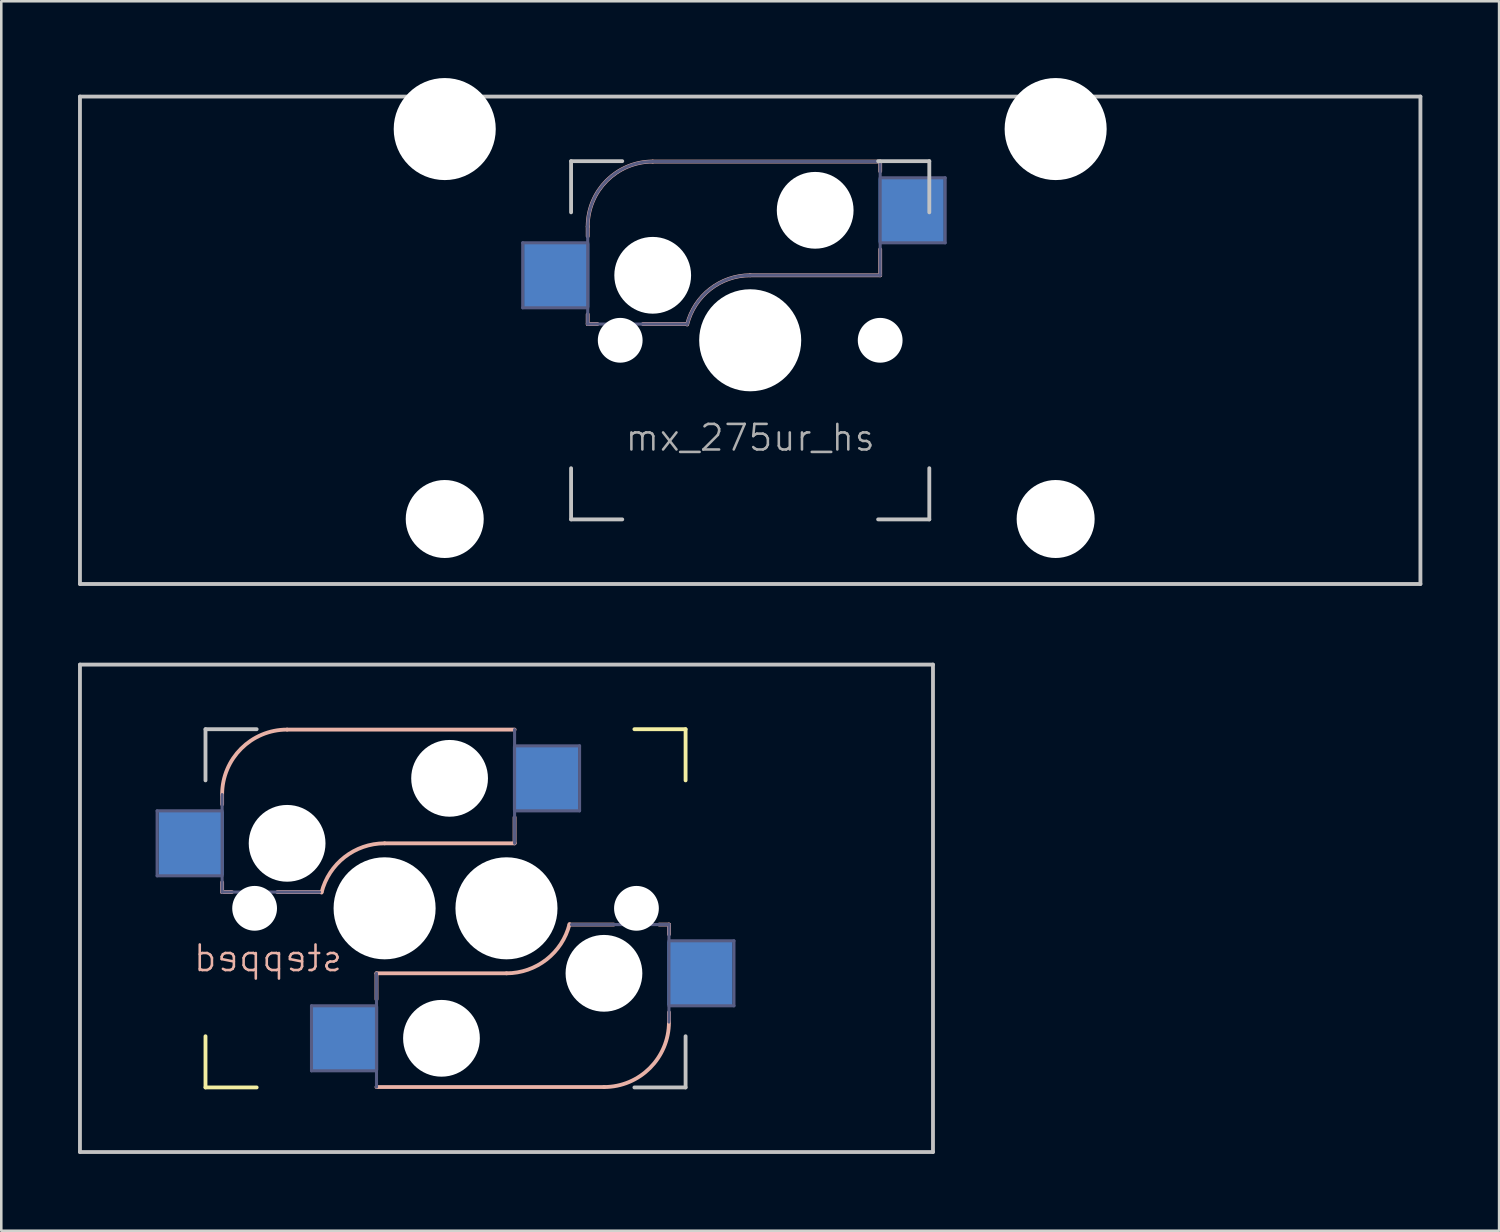
<source format=kicad_pcb>
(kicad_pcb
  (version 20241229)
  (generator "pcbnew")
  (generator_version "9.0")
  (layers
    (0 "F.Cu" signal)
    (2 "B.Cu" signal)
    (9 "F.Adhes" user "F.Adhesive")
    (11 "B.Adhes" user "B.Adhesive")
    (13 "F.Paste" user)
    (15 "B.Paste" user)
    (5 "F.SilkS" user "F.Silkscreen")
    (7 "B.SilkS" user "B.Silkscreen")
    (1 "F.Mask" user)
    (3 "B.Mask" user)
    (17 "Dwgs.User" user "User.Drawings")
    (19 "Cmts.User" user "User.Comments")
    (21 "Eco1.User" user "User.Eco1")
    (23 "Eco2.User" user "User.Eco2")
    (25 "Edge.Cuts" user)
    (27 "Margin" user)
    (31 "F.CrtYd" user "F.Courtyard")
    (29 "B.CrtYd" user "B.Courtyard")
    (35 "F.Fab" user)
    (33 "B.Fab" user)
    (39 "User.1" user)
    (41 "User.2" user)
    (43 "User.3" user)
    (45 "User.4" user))
  (footprint "mx_275ur_hs"
    (layer "F.Cu")
    (at 26.269 10.249)
    (property "Reference" "mx_275ur_hs" (at 0 3.81 0) (unlocked yes) (layer "F.Fab") (effects (font (size 1 1) (thickness 0.1))))
    (attr smd)
    (fp_line (start -6.35 -4.445) (end -6.35 -4.064) (stroke (width 0.15) (type solid)) (layer "B.SilkS"))
    (fp_line (start -6.35 -1.016) (end -6.35 -0.635) (stroke (width 0.15) (type solid)) (layer "B.SilkS"))
    (fp_line (start -5.969 -0.635) (end -6.35 -0.635) (stroke (width 0.15) (type solid)) (layer "B.SilkS"))
    (fp_line (start -3.81 -6.985) (end 5.08 -6.985) (stroke (width 0.15) (type solid)) (layer "B.SilkS"))
    (fp_line (start -2.464 -0.635) (end -4.191 -0.635) (stroke (width 0.15) (type solid)) (layer "B.SilkS"))
    (fp_line (start 5.08 -6.985) (end 5.08 -6.604) (stroke (width 0.15) (type solid)) (layer "B.SilkS"))
    (fp_line (start 5.08 -3.556) (end 5.08 -2.54) (stroke (width 0.15) (type solid)) (layer "B.SilkS"))
    (fp_line (start 5.08 -2.54) (end 0 -2.54) (stroke (width 0.15) (type solid)) (layer "B.SilkS"))
    (fp_arc (start -6.35 -4.444999) (mid -5.606051 -6.24105) (end -3.81 -6.984999) (stroke (width 0.15) (type solid)) (layer "B.SilkS"))
    (fp_arc (start -2.464162 -0.616039) (mid -1.563147 -2.002041) (end 0 -2.539999) (stroke (width 0.15) (type solid)) (layer "B.SilkS"))
    (fp_line (start -26.194 -9.525) (end 26.194 -9.525) (stroke (width 0.15) (type solid)) (layer "Dwgs.User"))
    (fp_line (start -26.194 9.525) (end -26.194 -9.525) (stroke (width 0.15) (type solid)) (layer "Dwgs.User"))
    (fp_line (start -26.194 9.525) (end 26.194 9.525) (stroke (width 0.15) (type solid)) (layer "Dwgs.User"))
    (fp_line (start -7 -7) (end -7 -5) (stroke (width 0.15) (type solid)) (layer "Dwgs.User"))
    (fp_line (start -7 5) (end -7 7) (stroke (width 0.15) (type solid)) (layer "Dwgs.User"))
    (fp_line (start -7 7) (end -5 7) (stroke (width 0.15) (type solid)) (layer "Dwgs.User"))
    (fp_line (start -5 -7) (end -7 -7) (stroke (width 0.15) (type solid)) (layer "Dwgs.User"))
    (fp_line (start 5 -7) (end 7 -7) (stroke (width 0.15) (type solid)) (layer "Dwgs.User"))
    (fp_line (start 5 7) (end 7 7) (stroke (width 0.15) (type solid)) (layer "Dwgs.User"))
    (fp_line (start 7 -7) (end 7 -5) (stroke (width 0.15) (type solid)) (layer "Dwgs.User"))
    (fp_line (start 7 7) (end 7 5) (stroke (width 0.15) (type solid)) (layer "Dwgs.User"))
    (fp_line (start 26.194 -9.525) (end 26.194 9.525) (stroke (width 0.15) (type solid)) (layer "Dwgs.User"))
    (fp_line (start -8.89 -3.81) (end -6.35 -3.81) (stroke (width 0.12) (type solid)) (layer "B.Fab"))
    (fp_line (start -8.89 -1.27) (end -8.89 -3.81) (stroke (width 0.12) (type solid)) (layer "B.Fab"))
    (fp_line (start -6.35 -1.27) (end -8.89 -1.27) (stroke (width 0.12) (type solid)) (layer "B.Fab"))
    (fp_line (start -6.35 -0.635) (end -6.35 -4.445) (stroke (width 0.12) (type solid)) (layer "B.Fab"))
    (fp_line (start -6.35 -0.635) (end -2.54 -0.635) (stroke (width 0.12) (type solid)) (layer "B.Fab"))
    (fp_line (start -3.81 -6.985) (end 5.08 -6.985) (stroke (width 0.12) (type solid)) (layer "B.Fab"))
    (fp_line (start 5.08 -6.985) (end 5.08 -2.54) (stroke (width 0.12) (type solid)) (layer "B.Fab"))
    (fp_line (start 5.08 -6.35) (end 7.62 -6.35) (stroke (width 0.12) (type solid)) (layer "B.Fab"))
    (fp_line (start 5.08 -2.54) (end 0 -2.54) (stroke (width 0.12) (type solid)) (layer "B.Fab"))
    (fp_line (start 7.62 -6.35) (end 7.62 -3.81) (stroke (width 0.12) (type solid)) (layer "B.Fab"))
    (fp_line (start 7.62 -3.81) (end 5.08 -3.81) (stroke (width 0.12) (type solid)) (layer "B.Fab"))
    (fp_arc (start -6.35 -4.444999) (mid -5.606051 -6.24105) (end -3.81 -6.984999) (stroke (width 0.12) (type solid)) (layer "B.Fab"))
    (fp_arc (start -2.464162 -0.616039) (mid -1.563147 -2.002041) (end 0 -2.539999) (stroke (width 0.12) (type solid)) (layer "B.Fab"))
    (pad "" np_thru_hole circle (at -11.938 -8.255) (size 3.988 3.988) (drill 3.988) (layers "*.Cu" "*.Mask"))
    (pad "" np_thru_hole circle (at -11.938 6.985) (size 3.048 3.048) (drill 3.048) (layers "*.Cu" "*.Mask"))
    (pad "" np_thru_hole circle (at -5.08 0 48.1) (size 1.75 1.75) (drill 1.75) (layers "*.Cu" "*.Mask"))
    (pad "" np_thru_hole circle (at -3.81 -2.54) (size 3 3) (drill 3) (layers "*.Cu" "*.Mask"))
    (pad "" np_thru_hole circle (at 0 0) (size 3.988 3.988) (drill 3.988) (layers "*.Cu" "*.Mask"))
    (pad "" np_thru_hole circle (at 2.54 -5.08) (size 3 3) (drill 3) (layers "*.Cu" "*.Mask"))
    (pad "" np_thru_hole circle (at 5.08 0 48.1) (size 1.75 1.75) (drill 1.75) (layers "*.Cu" "*.Mask"))
    (pad "" np_thru_hole circle (at 11.938 -8.255) (size 3.988 3.988) (drill 3.988) (layers "*.Cu" "*.Mask"))
    (pad "" np_thru_hole circle (at 11.938 6.985) (size 3.048 3.048) (drill 3.048) (layers "*.Cu" "*.Mask"))
    (pad "1" smd rect (at -7.56 -2.54) (size 2.55 2.5) (layers "B.Cu" "B.Mask" "B.Paste"))
    (pad "2" smd rect (at 6.29 -5.08) (size 2.55 2.5) (layers "B.Cu" "B.Mask" "B.Paste")))
  (footprint "mx_caps_hs"
    (layer "F.Cu")
    (at 16.744 32.449)
    (property "Reference" "mx_caps_hs" (at 0 0 0) (unlocked yes) (layer "User.1") (effects (font (size 1 1) (thickness 0.1))))
    (attr smd)
    (fp_line (start -11.763 5) (end -11.763 7) (stroke (width 0.15) (type solid)) (layer "F.SilkS"))
    (fp_line (start -11.763 7) (end -9.763 7) (stroke (width 0.15) (type solid)) (layer "F.SilkS"))
    (fp_line (start 5 -7) (end 7 -7) (stroke (width 0.15) (type solid)) (layer "F.SilkS"))
    (fp_line (start 7 -7) (end 7 -5) (stroke (width 0.15) (type solid)) (layer "F.SilkS"))
    (fp_line (start -11.113 -4.445) (end -11.113 -4.064) (stroke (width 0.15) (type solid)) (layer "B.SilkS"))
    (fp_line (start -11.113 -1.016) (end -11.113 -0.635) (stroke (width 0.15) (type solid)) (layer "B.SilkS"))
    (fp_line (start -10.732 -0.635) (end -11.113 -0.635) (stroke (width 0.15) (type solid)) (layer "B.SilkS"))
    (fp_line (start -8.573 -6.985) (end 0.317 -6.985) (stroke (width 0.15) (type solid)) (layer "B.SilkS"))
    (fp_line (start -7.227 -0.635) (end -8.954 -0.635) (stroke (width 0.15) (type solid)) (layer "B.SilkS"))
    (fp_line (start -5.08 2.54) (end 0 2.54) (stroke (width 0.15) (type solid)) (layer "B.SilkS"))
    (fp_line (start -5.08 3.556) (end -5.08 2.54) (stroke (width 0.15) (type solid)) (layer "B.SilkS"))
    (fp_line (start 0.317 -3.556) (end 0.317 -2.54) (stroke (width 0.15) (type solid)) (layer "B.SilkS"))
    (fp_line (start 0.317 -2.54) (end -4.763 -2.54) (stroke (width 0.15) (type solid)) (layer "B.SilkS"))
    (fp_line (start 2.464 0.635) (end 4.191 0.635) (stroke (width 0.15) (type solid)) (layer "B.SilkS"))
    (fp_line (start 3.81 6.985) (end -5.08 6.985) (stroke (width 0.15) (type solid)) (layer "B.SilkS"))
    (fp_line (start 5.969 0.635) (end 6.35 0.635) (stroke (width 0.15) (type solid)) (layer "B.SilkS"))
    (fp_line (start 6.35 1.016) (end 6.35 0.635) (stroke (width 0.15) (type solid)) (layer "B.SilkS"))
    (fp_line (start 6.35 4.445) (end 6.35 4.064) (stroke (width 0.15) (type solid)) (layer "B.SilkS"))
    (fp_arc (start -11.113 -4.444999) (mid -10.369051 -6.24105) (end -8.573 -6.984999) (stroke (width 0.15) (type solid)) (layer "B.SilkS"))
    (fp_arc (start -7.227162 -0.616039) (mid -6.326147 -2.002041) (end -4.763 -2.539999) (stroke (width 0.15) (type solid)) (layer "B.SilkS"))
    (fp_arc (start 2.464162 0.616039) (mid 1.563147 2.002041) (end 0 2.539999) (stroke (width 0.15) (type solid)) (layer "B.SilkS"))
    (fp_arc (start 6.35 4.444999) (mid 5.606051 6.24105) (end 3.81 6.984999) (stroke (width 0.15) (type solid)) (layer "B.SilkS"))
    (fp_line (start -16.669 -9.525) (end 16.669 -9.525) (stroke (width 0.15) (type solid)) (layer "Dwgs.User"))
    (fp_line (start -16.669 9.525) (end -16.669 -9.525) (stroke (width 0.15) (type solid)) (layer "Dwgs.User"))
    (fp_line (start -16.669 9.525) (end 16.669 9.525) (stroke (width 0.15) (type solid)) (layer "Dwgs.User"))
    (fp_line (start -11.763 -7) (end -11.763 -5) (stroke (width 0.15) (type solid)) (layer "Dwgs.User"))
    (fp_line (start -9.763 -7) (end -11.763 -7) (stroke (width 0.15) (type solid)) (layer "Dwgs.User"))
    (fp_line (start 5 7) (end 7 7) (stroke (width 0.15) (type solid)) (layer "Dwgs.User"))
    (fp_line (start 7 7) (end 7 5) (stroke (width 0.15) (type solid)) (layer "Dwgs.User"))
    (fp_line (start 16.669 -9.525) (end 16.669 9.525) (stroke (width 0.15) (type solid)) (layer "Dwgs.User"))
    (fp_line (start -13.653 -3.81) (end -11.113 -3.81) (stroke (width 0.12) (type solid)) (layer "B.Fab"))
    (fp_line (start -13.653 -1.27) (end -13.653 -3.81) (stroke (width 0.12) (type solid)) (layer "B.Fab"))
    (fp_line (start -11.113 -1.27) (end -13.653 -1.27) (stroke (width 0.12) (type solid)) (layer "B.Fab"))
    (fp_line (start -11.113 -0.635) (end -11.113 -4.445) (stroke (width 0.12) (type solid)) (layer "B.Fab"))
    (fp_line (start -11.113 -0.635) (end -7.303 -0.635) (stroke (width 0.12) (type solid)) (layer "B.Fab"))
    (fp_line (start -7.62 3.81) (end -5.08 3.81) (stroke (width 0.12) (type solid)) (layer "B.Fab"))
    (fp_line (start -7.62 6.35) (end -7.62 3.81) (stroke (width 0.12) (type solid)) (layer "B.Fab"))
    (fp_line (start -5.08 6.35) (end -7.62 6.35) (stroke (width 0.12) (type solid)) (layer "B.Fab"))
    (fp_line (start -5.08 6.985) (end -5.08 2.54) (stroke (width 0.12) (type solid)) (layer "B.Fab"))
    (fp_line (start 0.317 -6.985) (end 0.317 -2.54) (stroke (width 0.12) (type solid)) (layer "B.Fab"))
    (fp_line (start 0.317 -6.35) (end 2.857 -6.35) (stroke (width 0.12) (type solid)) (layer "B.Fab"))
    (fp_line (start 2.857 -6.35) (end 2.857 -3.81) (stroke (width 0.12) (type solid)) (layer "B.Fab"))
    (fp_line (start 2.857 -3.81) (end 0.317 -3.81) (stroke (width 0.12) (type solid)) (layer "B.Fab"))
    (fp_line (start 6.35 0.635) (end 2.54 0.635) (stroke (width 0.12) (type solid)) (layer "B.Fab"))
    (fp_line (start 6.35 0.635) (end 6.35 4.445) (stroke (width 0.12) (type solid)) (layer "B.Fab"))
    (fp_line (start 6.35 1.27) (end 8.89 1.27) (stroke (width 0.12) (type solid)) (layer "B.Fab"))
    (fp_line (start 8.89 1.27) (end 8.89 3.81) (stroke (width 0.12) (type solid)) (layer "B.Fab"))
    (fp_line (start 8.89 3.81) (end 6.35 3.81) (stroke (width 0.12) (type solid)) (layer "B.Fab"))
    (fp_text user "stepped" (at -6.35 2.54 0) (unlocked yes) (layer "B.SilkS") (effects (font (size 1 1) (thickness 0.1)) (justify left bottom mirror)))
    (fp_text user "1.75U" (at 0 -2.54 0) (layer "Eco1.User") (effects (font (size 1 1) (thickness 0.15))))
    (pad "" np_thru_hole circle (at -9.843 0 48.1) (size 1.75 1.75) (drill 1.75) (layers "*.Cu" "*.Mask"))
    (pad "" np_thru_hole circle (at -8.573 -2.54) (size 3 3) (drill 3) (layers "*.Cu" "*.Mask"))
    (pad "" np_thru_hole circle (at -4.763 0) (size 3.988 3.988) (drill 3.988) (layers "*.Cu" "*.Mask"))
    (pad "" np_thru_hole circle (at -2.54 5.08 180) (size 3 3) (drill 3) (layers "*.Cu" "*.Mask"))
    (pad "" np_thru_hole circle (at -2.223 -5.08) (size 3 3) (drill 3) (layers "*.Cu" "*.Mask"))
    (pad "" np_thru_hole circle (at 0 0) (size 3.988 3.988) (drill 3.988) (layers "*.Cu" "*.Mask"))
    (pad "" np_thru_hole circle (at 3.81 2.54 180) (size 3 3) (drill 3) (layers "*.Cu" "*.Mask"))
    (pad "" np_thru_hole circle (at 5.08 0 48.1) (size 1.75 1.75) (drill 1.75) (layers "*.Cu" "*.Mask"))
    (pad "1" smd rect (at -12.323 -2.54) (size 2.55 2.5) (layers "B.Cu" "B.Mask" "B.Paste"))
    (pad "1" smd rect (at -6.29 5.08 180) (size 2.55 2.5) (layers "B.Cu" "B.Mask" "B.Paste"))
    (pad "2" smd rect (at 1.527 -5.08) (size 2.55 2.5) (layers "B.Cu" "B.Mask" "B.Paste"))
    (pad "2" smd rect (at 7.56 2.54 180) (size 2.55 2.5) (layers "B.Cu" "B.Mask" "B.Paste")))
  (gr_rect
    (start -3 -3)
    (end 55.538 45.049)
    (stroke (width 0.1) (type default))
    (fill no)
    (layer "Edge.Cuts")))
</source>
